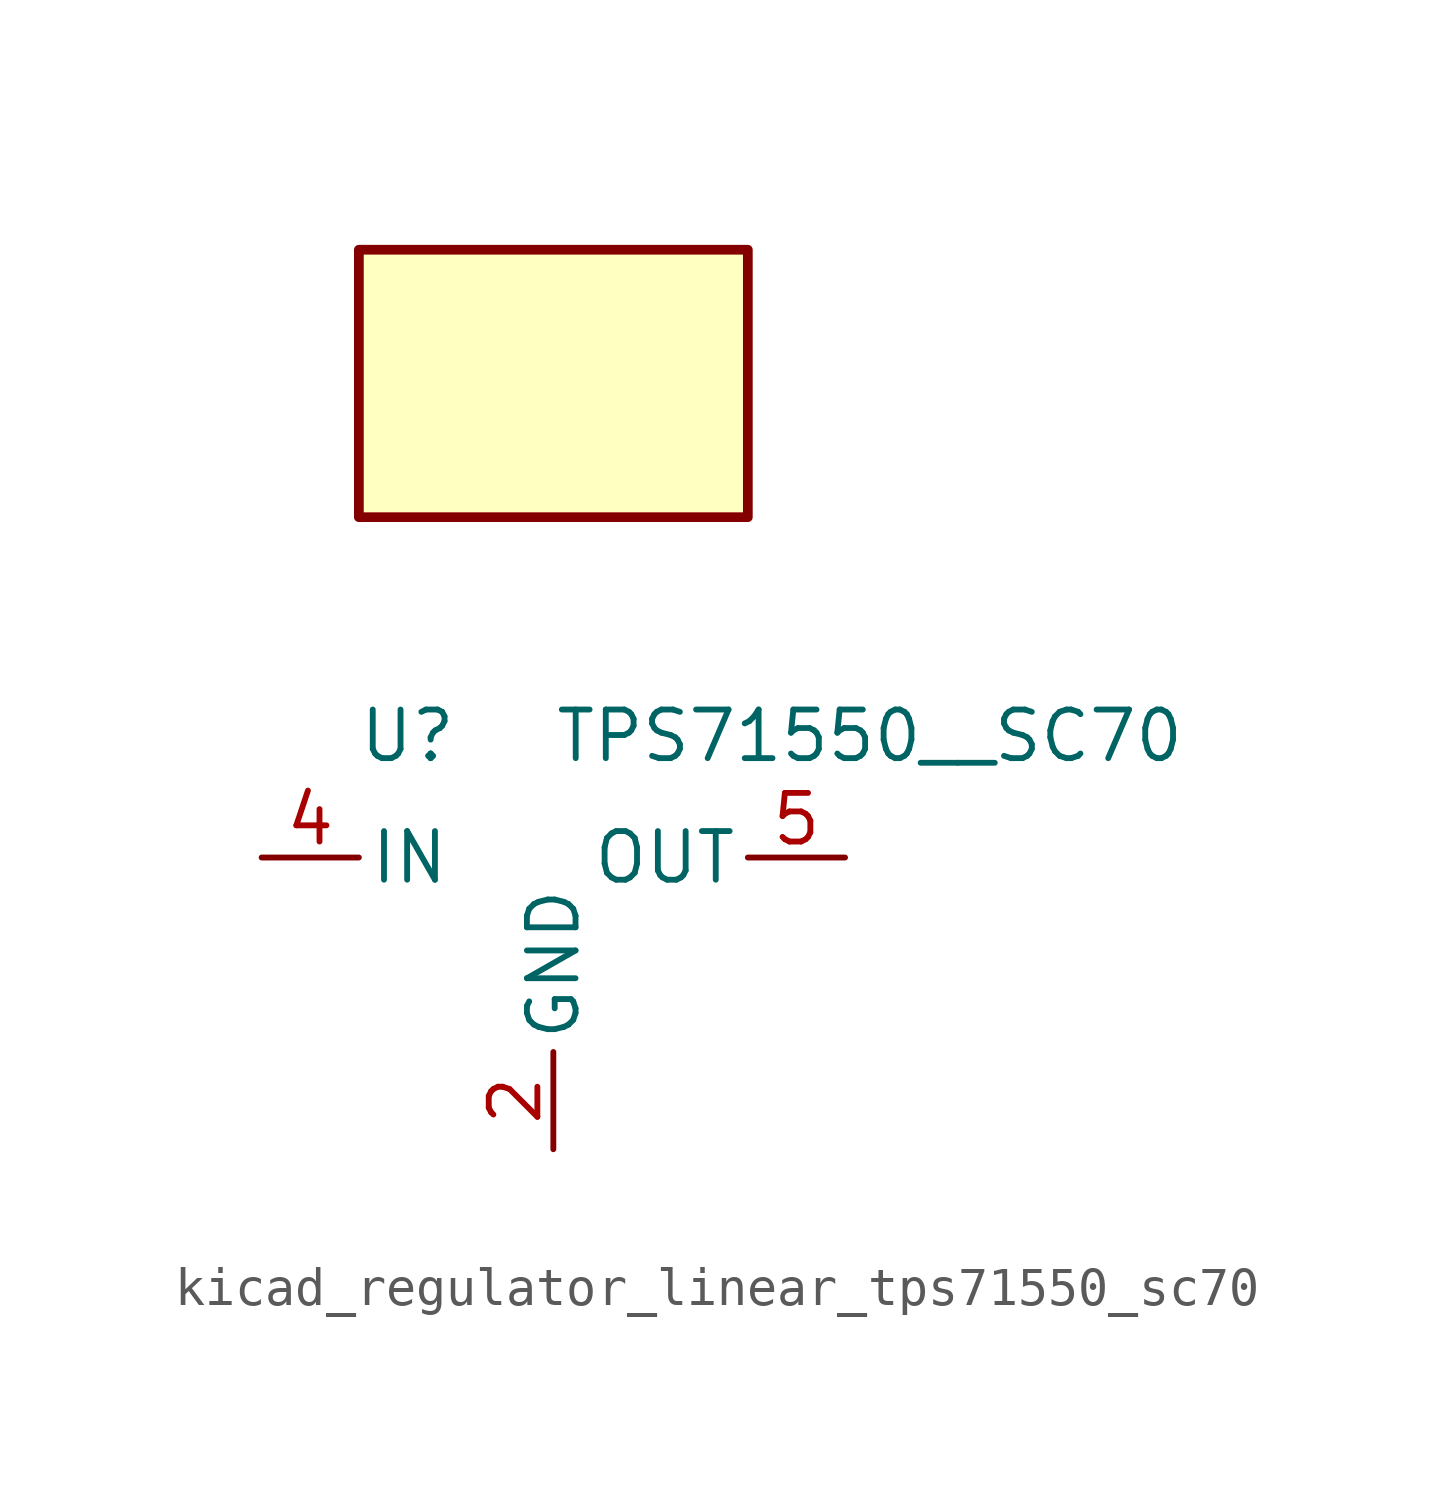
<source format=kicad_sym>
(kicad_symbol_lib
  (version 20220914)
  (generator kicad_symbol_editor)
  (symbol "kicad_regulator_linear_tps71550_sc70"
    (pin_names
      (offset 0.254))
    (property "Reference" "U"
      (at -3.81 3.175 0)
      (effects (font (size 1.27 1.27))))
    (property "Value" "TPS71550__SC70"
      (at 0 3.175 0)
      (effects (font (size 1.27 1.27)) (justify left)))
    (symbol "kicad_regulator_linear_tps71550_sc70_0_1"
      (rectangle (start 5.08 15.875) (end -5.08 8.89) (stroke (width 0.254) (type default)) (fill (type background))))
    (symbol "kicad_regulator_linear_tps71550_sc70_1_1"
      (pin no_connect line (at 5.08 -2.54 180) (length 2.54) hide (name "NC" (effects (font (size 1.27 1.27)))) (number "1" (effects (font (size 1.27 1.27)))))
      (pin power_in line (at 0 -7.62 90) (length 2.54) (name "GND" (effects (font (size 1.27 1.27)))) (number "2" (effects (font (size 1.27 1.27)))))
      (pin no_connect line (at -5.08 -2.54 0) (length 2.54) hide (name "NC" (effects (font (size 1.27 1.27)))) (number "3" (effects (font (size 1.27 1.27)))))
      (pin power_in line (at -7.62 0 0) (length 2.54) (name "IN" (effects (font (size 1.27 1.27)))) (number "4" (effects (font (size 1.27 1.27)))))
      (pin power_out line (at 7.62 0 180) (length 2.54) (name "OUT" (effects (font (size 1.27 1.27)))) (number "5" (effects (font (size 1.27 1.27))))))))
</source>
